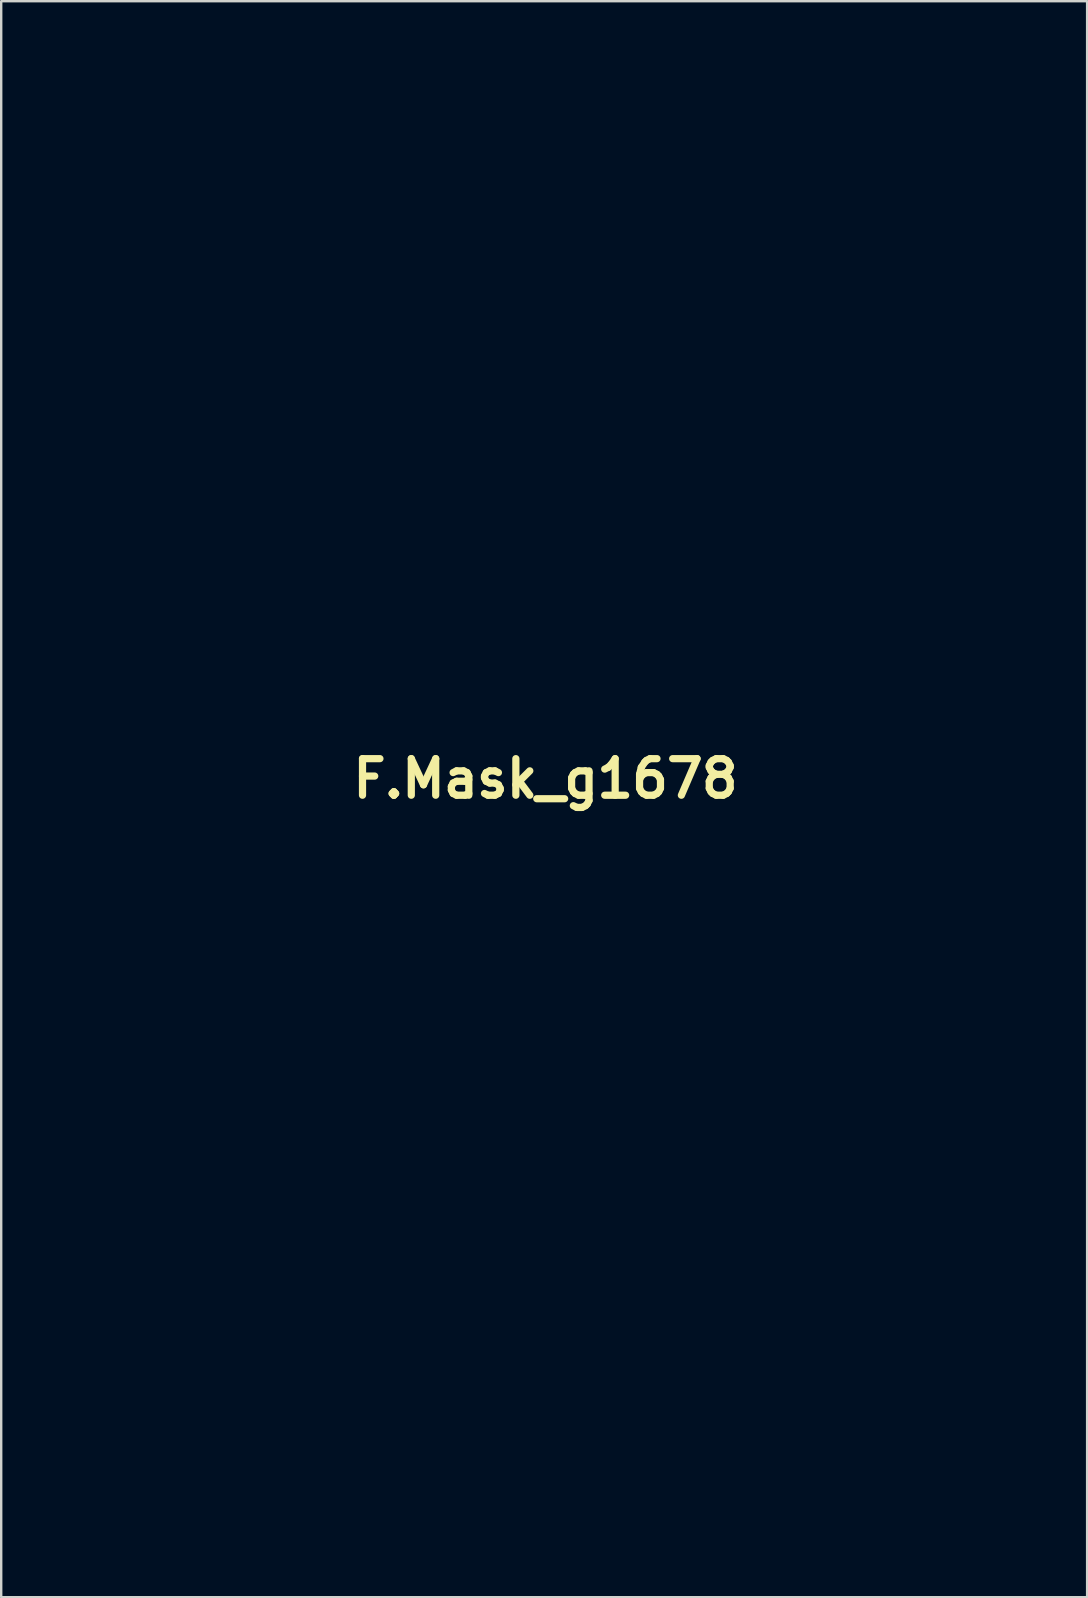
<source format=kicad_pcb>
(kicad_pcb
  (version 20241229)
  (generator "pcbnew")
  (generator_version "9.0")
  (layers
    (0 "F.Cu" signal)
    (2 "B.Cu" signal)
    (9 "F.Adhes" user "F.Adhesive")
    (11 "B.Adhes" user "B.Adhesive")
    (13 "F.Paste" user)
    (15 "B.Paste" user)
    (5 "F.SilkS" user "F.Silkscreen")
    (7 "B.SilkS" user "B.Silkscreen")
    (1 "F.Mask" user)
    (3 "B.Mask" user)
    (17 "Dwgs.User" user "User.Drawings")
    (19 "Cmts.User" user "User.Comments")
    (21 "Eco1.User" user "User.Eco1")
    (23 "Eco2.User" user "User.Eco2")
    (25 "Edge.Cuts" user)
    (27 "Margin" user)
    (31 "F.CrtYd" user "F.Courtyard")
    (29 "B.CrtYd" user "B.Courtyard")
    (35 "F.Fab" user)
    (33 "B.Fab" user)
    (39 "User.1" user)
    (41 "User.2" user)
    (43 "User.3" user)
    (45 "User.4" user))
  (footprint "F.Mask_g1678"
    (layer "F.Cu")
    (at 19.668 29.381)
    (property "Reference" "F.Mask_g1678" (at 0 0 0) (layer "F.SilkS") (effects (font (size 1.524 1.524) (thickness 0.3))))
    (attr through_hole)
    (fp_poly (pts (xy -13.265 -7.417) (xy -13.196 -7.381) (xy -13.101 -7.324) (xy -12.982 -7.247) (xy -12.843 -7.154) (xy -12.686 -7.045) (xy -12.516 -6.924) (xy -12.375 -6.822) (xy -11.97 -6.526) (xy -11.595 -6.253) (xy -11.247 -6.001) (xy -10.921 -5.766) (xy -10.614 -5.547) (xy -10.323 -5.341) (xy -10.044 -5.144) (xy -9.773 -4.956) (xy -9.507 -4.772) (xy -9.242 -4.591) (xy -8.974 -4.411) (xy -8.699 -4.227) (xy -8.415 -4.038) (xy -8.369 -4.008) (xy -7.745 -3.602) (xy -7.132 -3.213) (xy -6.53 -2.841) (xy -5.941 -2.488) (xy -5.368 -2.155) (xy -4.812 -1.843) (xy -4.275 -1.553) (xy -3.76 -1.286) (xy -3.268 -1.044) (xy -2.801 -0.826) (xy -2.361 -0.635) (xy -1.95 -0.471) (xy -1.908 -0.455) (xy -1.469 -0.314) (xy -1.02 -0.212) (xy -0.563 -0.15) (xy -0.102 -0.128) (xy 0.359 -0.146) (xy 0.816 -0.204) (xy 1.265 -0.303) (xy 1.289 -0.31) (xy 1.55 -0.389) (xy 1.842 -0.494) (xy 2.163 -0.622) (xy 2.512 -0.773) (xy 2.886 -0.946) (xy 3.284 -1.139) (xy 3.703 -1.352) (xy 4.142 -1.582) (xy 4.599 -1.83) (xy 5.071 -2.094) (xy 5.557 -2.373) (xy 6.054 -2.666) (xy 6.561 -2.971) (xy 7.076 -3.289) (xy 7.597 -3.616) (xy 8.121 -3.954) (xy 8.647 -4.299) (xy 9.172 -4.652) (xy 9.557 -4.915) (xy 9.727 -5.033) (xy 9.914 -5.163) (xy 10.114 -5.304) (xy 10.324 -5.453) (xy 10.541 -5.607) (xy 10.761 -5.765) (xy 10.982 -5.923) (xy 11.199 -6.08) (xy 11.411 -6.234) (xy 11.613 -6.381) (xy 11.803 -6.52) (xy 11.978 -6.648) (xy 12.133 -6.764) (xy 12.266 -6.863) (xy 12.374 -6.946) (xy 12.454 -7.008) (xy 12.499 -7.046) (xy 12.578 -7.109) (xy 12.672 -7.174) (xy 12.772 -7.235) (xy 12.869 -7.288) (xy 12.953 -7.325) (xy 13.016 -7.344) (xy 13.028 -7.345) (xy 13.077 -7.327) (xy 13.107 -7.281) (xy 13.112 -7.22) (xy 13.104 -7.191) (xy 13.082 -7.148) (xy 13.039 -7.079) (xy 12.979 -6.989) (xy 12.908 -6.886) (xy 12.829 -6.774) (xy 12.749 -6.662) (xy 12.67 -6.556) (xy 12.599 -6.461) (xy 12.539 -6.386) (xy 12.495 -6.335) (xy 12.49 -6.331) (xy 12.466 -6.303) (xy 12.422 -6.248) (xy 12.362 -6.172) (xy 12.292 -6.083) (xy 12.246 -6.022) (xy 12.045 -5.762) (xy 11.82 -5.475) (xy 11.576 -5.166) (xy 11.315 -4.838) (xy 11.043 -4.499) (xy 10.761 -4.151) (xy 10.476 -3.799) (xy 10.189 -3.45) (xy 9.906 -3.107) (xy 9.726 -2.889) (xy 9.097 -2.14) (xy 8.484 -1.423) (xy 7.886 -0.737) (xy 7.304 -0.083) (xy 6.739 0.538) (xy 6.191 1.127) (xy 5.659 1.683) (xy 5.145 2.205) (xy 4.649 2.693) (xy 4.17 3.148) (xy 3.71 3.568) (xy 3.269 3.954) (xy 2.847 4.305) (xy 2.444 4.621) (xy 2.06 4.901) (xy 1.697 5.145) (xy 1.354 5.353) (xy 1.059 5.51) (xy 0.798 5.633) (xy 0.563 5.728) (xy 0.349 5.797) (xy 0.152 5.84) (xy -0.033 5.859) (xy -0.211 5.855) (xy -0.265 5.849) (xy -0.501 5.805) (xy -0.754 5.729) (xy -1.025 5.621) (xy -1.315 5.48) (xy -1.624 5.306) (xy -1.956 5.097) (xy -2.244 4.901) (xy -2.604 4.638) (xy -2.984 4.339) (xy -3.385 4.007) (xy -3.805 3.641) (xy -4.243 3.243) (xy -4.698 2.815) (xy -5.169 2.356) (xy -5.655 1.867) (xy -6.155 1.351) (xy -6.668 0.808) (xy -7.193 0.238) (xy -7.729 -0.357) (xy -8.274 -0.976) (xy -8.731 -1.503) (xy -8.959 -1.77) (xy -9.197 -2.05) (xy -9.441 -2.341) (xy -9.691 -2.639) (xy -9.945 -2.944) (xy -10.201 -3.254) (xy -10.458 -3.565) (xy -10.713 -3.877) (xy -10.967 -4.188) (xy -11.216 -4.495) (xy -11.459 -4.796) (xy -11.695 -5.089) (xy -11.922 -5.373) (xy -12.138 -5.645) (xy -12.343 -5.904) (xy -12.533 -6.147) (xy -12.708 -6.372) (xy -12.866 -6.578) (xy -13.006 -6.762) (xy -13.125 -6.923) (xy -13.223 -7.058) (xy -13.297 -7.165) (xy -13.346 -7.243) (xy -13.359 -7.266) (xy -13.383 -7.339) (xy -13.376 -7.394) (xy -13.337 -7.425) (xy -13.302 -7.429) (xy -13.265 -7.417)) (stroke (width 0.01) (type solid)) (fill yes) (layer "F.Mask"))
    (fp_poly (pts (xy -0.027 -29.376) (xy 0.254 -29.373) (xy 0.616 -29.367) (xy 0.941 -29.358) (xy 1.237 -29.346) (xy 1.508 -29.33) (xy 1.762 -29.309) (xy 2.004 -29.284) (xy 2.241 -29.254) (xy 2.478 -29.217) (xy 2.722 -29.174) (xy 2.868 -29.146) (xy 3.551 -28.997) (xy 4.212 -28.821) (xy 4.858 -28.615) (xy 5.497 -28.376) (xy 6.138 -28.102) (xy 6.678 -27.845) (xy 7.341 -27.497) (xy 7.982 -27.119) (xy 8.608 -26.71) (xy 9.222 -26.265) (xy 9.829 -25.783) (xy 10.044 -25.602) (xy 10.258 -25.413) (xy 10.493 -25.196) (xy 10.742 -24.959) (xy 10.999 -24.707) (xy 11.257 -24.445) (xy 11.512 -24.181) (xy 11.756 -23.921) (xy 11.983 -23.669) (xy 12.118 -23.516) (xy 12.209 -23.411) (xy 12.301 -23.306) (xy 12.385 -23.209) (xy 12.455 -23.13) (xy 12.488 -23.093) (xy 12.578 -22.988) (xy 12.676 -22.87) (xy 12.786 -22.732) (xy 12.911 -22.569) (xy 13.051 -22.384) (xy 13.491 -21.773) (xy 13.923 -21.123) (xy 14.347 -20.438) (xy 14.761 -19.72) (xy 15.163 -18.974) (xy 15.552 -18.201) (xy 15.925 -17.407) (xy 16.282 -16.593) (xy 16.621 -15.763) (xy 16.941 -14.92) (xy 17.239 -14.068) (xy 17.514 -13.209) (xy 17.546 -13.106) (xy 17.824 -12.139) (xy 18.082 -11.153) (xy 18.318 -10.146) (xy 18.532 -9.116) (xy 18.727 -8.06) (xy 18.901 -6.978) (xy 19.054 -5.868) (xy 19.188 -4.727) (xy 19.303 -3.553) (xy 19.398 -2.346) (xy 19.474 -1.103) (xy 19.484 -0.921) (xy 19.528 0.127) (xy 19.551 1.143) (xy 19.554 2.132) (xy 19.535 3.099) (xy 19.496 4.049) (xy 19.435 4.987) (xy 19.353 5.918) (xy 19.249 6.848) (xy 19.123 7.78) (xy 19.101 7.927) (xy 18.888 9.217) (xy 18.635 10.517) (xy 18.342 11.827) (xy 18.011 13.144) (xy 17.641 14.467) (xy 17.233 15.795) (xy 16.787 17.126) (xy 16.305 18.459) (xy 15.787 19.792) (xy 15.232 21.125) (xy 14.643 22.455) (xy 14.019 23.781) (xy 13.36 25.101) (xy 12.669 26.415) (xy 11.944 27.721) (xy 11.186 29.016) (xy 11.153 29.072) (xy 11.028 29.279) (xy 10.901 29.488) (xy 10.773 29.697) (xy 10.647 29.903) (xy 10.524 30.102) (xy 10.407 30.292) (xy 10.297 30.468) (xy 10.196 30.629) (xy 10.106 30.77) (xy 10.03 30.889) (xy 9.968 30.983) (xy 9.924 31.048) (xy 9.899 31.081) (xy 9.895 31.085) (xy 9.862 31.082) (xy 9.81 31.069) (xy 9.804 31.067) (xy 9.734 31.045) (xy 9.746 30.895) (xy 9.751 30.825) (xy 9.757 30.724) (xy 9.765 30.599) (xy 9.772 30.461) (xy 9.78 30.321) (xy 9.866 28.878) (xy 9.976 27.419) (xy 10.11 25.941) (xy 10.269 24.443) (xy 10.453 22.923) (xy 10.663 21.378) (xy 10.897 19.807) (xy 11.158 18.208) (xy 11.444 16.579) (xy 11.6 15.737) (xy 11.64 15.524) (xy 11.685 15.29) (xy 11.733 15.043) (xy 11.784 14.785) (xy 11.835 14.522) (xy 11.888 14.259) (xy 11.94 14) (xy 11.99 13.75) (xy 12.038 13.514) (xy 12.083 13.296) (xy 12.123 13.102) (xy 12.158 12.937) (xy 12.187 12.803) (xy 12.205 12.721) (xy 12.224 12.64) (xy 12.249 12.526) (xy 12.28 12.387) (xy 12.314 12.23) (xy 12.351 12.065) (xy 12.385 11.906) (xy 12.64 10.752) (xy 12.897 9.631) (xy 13.159 8.532) (xy 13.428 7.446) (xy 13.707 6.362) (xy 13.998 5.271) (xy 14.304 4.163) (xy 14.46 3.609) (xy 14.632 3.008) (xy 14.798 2.438) (xy 14.96 1.891) (xy 15.12 1.359) (xy 15.282 0.833) (xy 15.448 0.306) (xy 15.62 -0.232) (xy 15.801 -0.789) (xy 15.993 -1.373) (xy 16.096 -1.683) (xy 16.181 -1.936) (xy 16.26 -2.171) (xy 16.334 -2.391) (xy 16.406 -2.602) (xy 16.478 -2.81) (xy 16.55 -3.019) (xy 16.625 -3.234) (xy 16.705 -3.462) (xy 16.792 -3.706) (xy 16.887 -3.972) (xy 16.992 -4.266) (xy 17.109 -4.592) (xy 17.163 -4.742) (xy 17.235 -4.946) (xy 17.294 -5.117) (xy 17.339 -5.262) (xy 17.374 -5.386) (xy 17.398 -5.497) (xy 17.414 -5.6) (xy 17.424 -5.701) (xy 17.428 -5.807) (xy 17.428 -5.895) (xy 17.427 -5.976) (xy 17.424 -6.053) (xy 17.42 -6.129) (xy 17.412 -6.207) (xy 17.4 -6.291) (xy 17.385 -6.384) (xy 17.364 -6.487) (xy 17.337 -6.605) (xy 17.304 -6.741) (xy 17.264 -6.897) (xy 17.216 -7.077) (xy 17.159 -7.283) (xy 17.093 -7.519) (xy 17.018 -7.788) (xy 16.931 -8.092) (xy 16.869 -8.308) (xy 16.597 -9.244) (xy 16.326 -10.14) (xy 16.056 -10.999) (xy 15.785 -11.824) (xy 15.513 -12.616) (xy 15.238 -13.379) (xy 14.96 -14.115) (xy 14.678 -14.826) (xy 14.391 -15.516) (xy 14.098 -16.186) (xy 13.918 -16.582) (xy 13.817 -16.798) (xy 13.702 -17.038) (xy 13.577 -17.292) (xy 13.446 -17.555) (xy 13.313 -17.817) (xy 13.182 -18.073) (xy 13.057 -18.314) (xy 12.94 -18.532) (xy 12.837 -18.72) (xy 12.825 -18.743) (xy 12.751 -18.875) (xy 12.679 -19.004) (xy 12.614 -19.123) (xy 12.559 -19.223) (xy 12.519 -19.297) (xy 12.51 -19.315) (xy 12.444 -19.433) (xy 12.358 -19.58) (xy 12.255 -19.75) (xy 12.138 -19.938) (xy 12.011 -20.138) (xy 11.877 -20.344) (xy 11.74 -20.551) (xy 11.603 -20.754) (xy 11.471 -20.946) (xy 11.347 -21.123) (xy 11.346 -21.124) (xy 10.862 -21.773) (xy 10.359 -22.391) (xy 9.841 -22.977) (xy 9.308 -23.528) (xy 8.763 -24.043) (xy 8.207 -24.52) (xy 7.641 -24.958) (xy 7.521 -25.045) (xy 6.958 -25.425) (xy 6.378 -25.77) (xy 5.78 -26.082) (xy 5.16 -26.36) (xy 4.517 -26.608) (xy 3.847 -26.825) (xy 3.149 -27.012) (xy 2.987 -27.051) (xy 2.835 -27.085) (xy 2.697 -27.115) (xy 2.567 -27.142) (xy 2.442 -27.164) (xy 2.317 -27.183) (xy 2.189 -27.199) (xy 2.053 -27.212) (xy 1.905 -27.223) (xy 1.742 -27.232) (xy 1.559 -27.239) (xy 1.352 -27.244) (xy 1.117 -27.249) (xy 0.85 -27.252) (xy 0.547 -27.255) (xy 0.37 -27.256) (xy -0.053 -27.259) (xy -0.437 -27.26) (xy -0.787 -27.258) (xy -1.104 -27.255) (xy -1.393 -27.248) (xy -1.658 -27.239) (xy -1.901 -27.226) (xy -2.126 -27.209) (xy -2.337 -27.189) (xy -2.538 -27.165) (xy -2.731 -27.137) (xy -2.921 -27.103) (xy -3.11 -27.065) (xy -3.302 -27.022) (xy -3.502 -26.973) (xy -3.609 -26.946) (xy -4.346 -26.735) (xy -5.058 -26.491) (xy -5.747 -26.214) (xy -6.413 -25.903) (xy -7.057 -25.557) (xy -7.682 -25.175) (xy -8.286 -24.757) (xy -8.873 -24.302) (xy -9.443 -23.809) (xy -9.997 -23.278) (xy -10.536 -22.708) (xy -10.898 -22.294) (xy -11.367 -21.715) (xy -11.827 -21.096) (xy -12.279 -20.436) (xy -12.722 -19.738) (xy -13.155 -19.002) (xy -13.577 -18.229) (xy -13.989 -17.42) (xy -14.389 -16.576) (xy -14.737 -15.79) (xy -15.1 -14.912) (xy -15.449 -14.004) (xy -15.784 -13.063) (xy -16.106 -12.089) (xy -16.414 -11.079) (xy -16.71 -10.033) (xy -16.994 -8.948) (xy -17.131 -8.393) (xy -17.166 -8.249) (xy -17.205 -8.084) (xy -17.248 -7.901) (xy -17.293 -7.704) (xy -17.341 -7.498) (xy -17.389 -7.287) (xy -17.438 -7.075) (xy -17.485 -6.865) (xy -17.531 -6.663) (xy -17.573 -6.473) (xy -17.612 -6.298) (xy -17.646 -6.143) (xy -17.675 -6.011) (xy -17.697 -5.909) (xy -17.711 -5.838) (xy -17.716 -5.804) (xy -17.716 -5.803) (xy -17.709 -5.775) (xy -17.689 -5.712) (xy -17.657 -5.616) (xy -17.614 -5.492) (xy -17.562 -5.343) (xy -17.503 -5.174) (xy -17.436 -4.988) (xy -17.365 -4.789) (xy -17.327 -4.684) (xy -17.103 -4.063) (xy -16.893 -3.473) (xy -16.695 -2.906) (xy -16.505 -2.354) (xy -16.321 -1.808) (xy -16.141 -1.262) (xy -15.961 -0.706) (xy -15.779 -0.133) (xy -15.593 0.465) (xy -15.423 1.016) (xy -15.082 2.151) (xy -14.749 3.301) (xy -14.422 4.468) (xy -14.1 5.656) (xy -13.784 6.868) (xy -13.472 8.108) (xy -13.163 9.378) (xy -12.856 10.681) (xy -12.551 12.022) (xy -12.35 12.933) (xy -12.196 13.649) (xy -12.042 14.4) (xy -11.888 15.18) (xy -11.735 15.981) (xy -11.585 16.797) (xy -11.439 17.621) (xy -11.297 18.446) (xy -11.162 19.267) (xy -11.034 20.075) (xy -10.915 20.865) (xy -10.805 21.63) (xy -10.705 22.362) (xy -10.679 22.564) (xy -10.636 22.912) (xy -10.592 23.277) (xy -10.547 23.656) (xy -10.503 24.048) (xy -10.458 24.449) (xy -10.414 24.858) (xy -10.371 25.271) (xy -10.329 25.688) (xy -10.287 26.104) (xy -10.247 26.519) (xy -10.208 26.929) (xy -10.17 27.333) (xy -10.135 27.728) (xy -10.101 28.111) (xy -10.07 28.481) (xy -10.042 28.834) (xy -10.015 29.169) (xy -9.992 29.484) (xy -9.972 29.775) (xy -9.955 30.041) (xy -9.942 30.279) (xy -9.932 30.487) (xy -9.926 30.663) (xy -9.925 30.803) (xy -9.927 30.907) (xy -9.934 30.971) (xy -9.935 30.975) (xy -9.95 31.013) (xy -9.977 31.027) (xy -10.028 31.026) (xy -10.067 31.02) (xy -10.1 31.004) (xy -10.135 30.972) (xy -10.179 30.917) (xy -10.225 30.854) (xy -10.314 30.725) (xy -10.422 30.563) (xy -10.545 30.372) (xy -10.682 30.155) (xy -10.83 29.917) (xy -10.987 29.661) (xy -11.151 29.391) (xy -11.318 29.111) (xy -11.488 28.826) (xy -11.656 28.538) (xy -11.822 28.251) (xy -11.922 28.078) (xy -12.564 26.926) (xy -13.186 25.762) (xy -13.785 24.589) (xy -14.36 23.412) (xy -14.909 22.235) (xy -15.429 21.063) (xy -15.919 19.899) (xy -16.376 18.748) (xy -16.799 17.614) (xy -16.8 17.611) (xy -16.964 17.148) (xy -17.128 16.67) (xy -17.29 16.184) (xy -17.449 15.694) (xy -17.603 15.206) (xy -17.75 14.725) (xy -17.888 14.258) (xy -18.016 13.81) (xy -18.132 13.387) (xy -18.235 12.994) (xy -18.286 12.785) (xy -18.461 12.051) (xy -18.62 11.351) (xy -18.766 10.68) (xy -18.899 10.034) (xy -19.02 9.407) (xy -19.131 8.793) (xy -19.232 8.189) (xy -19.324 7.589) (xy -19.398 7.065) (xy -19.443 6.704) (xy -19.484 6.314) (xy -19.52 5.895) (xy -19.552 5.445) (xy -19.58 4.963) (xy -19.604 4.448) (xy -19.623 3.898) (xy -19.639 3.313) (xy -19.651 2.689) (xy -19.659 2.027) (xy -19.663 1.325) (xy -19.663 0.91) (xy -19.663 0.423) (xy -19.66 -0.027) (xy -19.655 -0.445) (xy -19.649 -0.836) (xy -19.639 -1.206) (xy -19.627 -1.559) (xy -19.612 -1.902) (xy -19.593 -2.238) (xy -19.571 -2.573) (xy -19.545 -2.913) (xy -19.515 -3.262) (xy -19.481 -3.627) (xy -19.443 -4.011) (xy -19.419 -4.233) (xy -19.269 -5.512) (xy -19.093 -6.764) (xy -18.892 -7.989) (xy -18.665 -9.186) (xy -18.414 -10.354) (xy -18.137 -11.494) (xy -17.836 -12.605) (xy -17.51 -13.686) (xy -17.16 -14.736) (xy -16.785 -15.756) (xy -16.387 -16.744) (xy -15.965 -17.7) (xy -15.519 -18.624) (xy -15.05 -19.516) (xy -14.558 -20.374) (xy -14.043 -21.198) (xy -13.505 -21.988) (xy -12.944 -22.742) (xy -12.36 -23.462) (xy -12.141 -23.717) (xy -11.6 -24.31) (xy -11.037 -24.877) (xy -10.456 -25.416) (xy -9.858 -25.924) (xy -9.248 -26.401) (xy -8.626 -26.843) (xy -7.997 -27.248) (xy -7.363 -27.615) (xy -6.932 -27.84) (xy -6.62 -27.988) (xy -6.277 -28.137) (xy -5.909 -28.284) (xy -5.523 -28.429) (xy -5.124 -28.569) (xy -4.718 -28.702) (xy -4.312 -28.826) (xy -3.91 -28.939) (xy -3.52 -29.04) (xy -3.148 -29.127) (xy -2.798 -29.197) (xy -2.478 -29.249) (xy -2.392 -29.261) (xy -2.092 -29.295) (xy -1.79 -29.323) (xy -1.479 -29.345) (xy -1.153 -29.361) (xy -0.806 -29.371) (xy -0.432 -29.376) (xy -0.027 -29.376)) (stroke (width 0.01) (type solid)) (fill yes) (layer "F.Mask")))
  (gr_rect
    (start -3 -3)
    (end 42.227 63.471)
    (stroke (width 0.1) (type default))
    (fill no)
    (layer "Edge.Cuts")))
</source>
